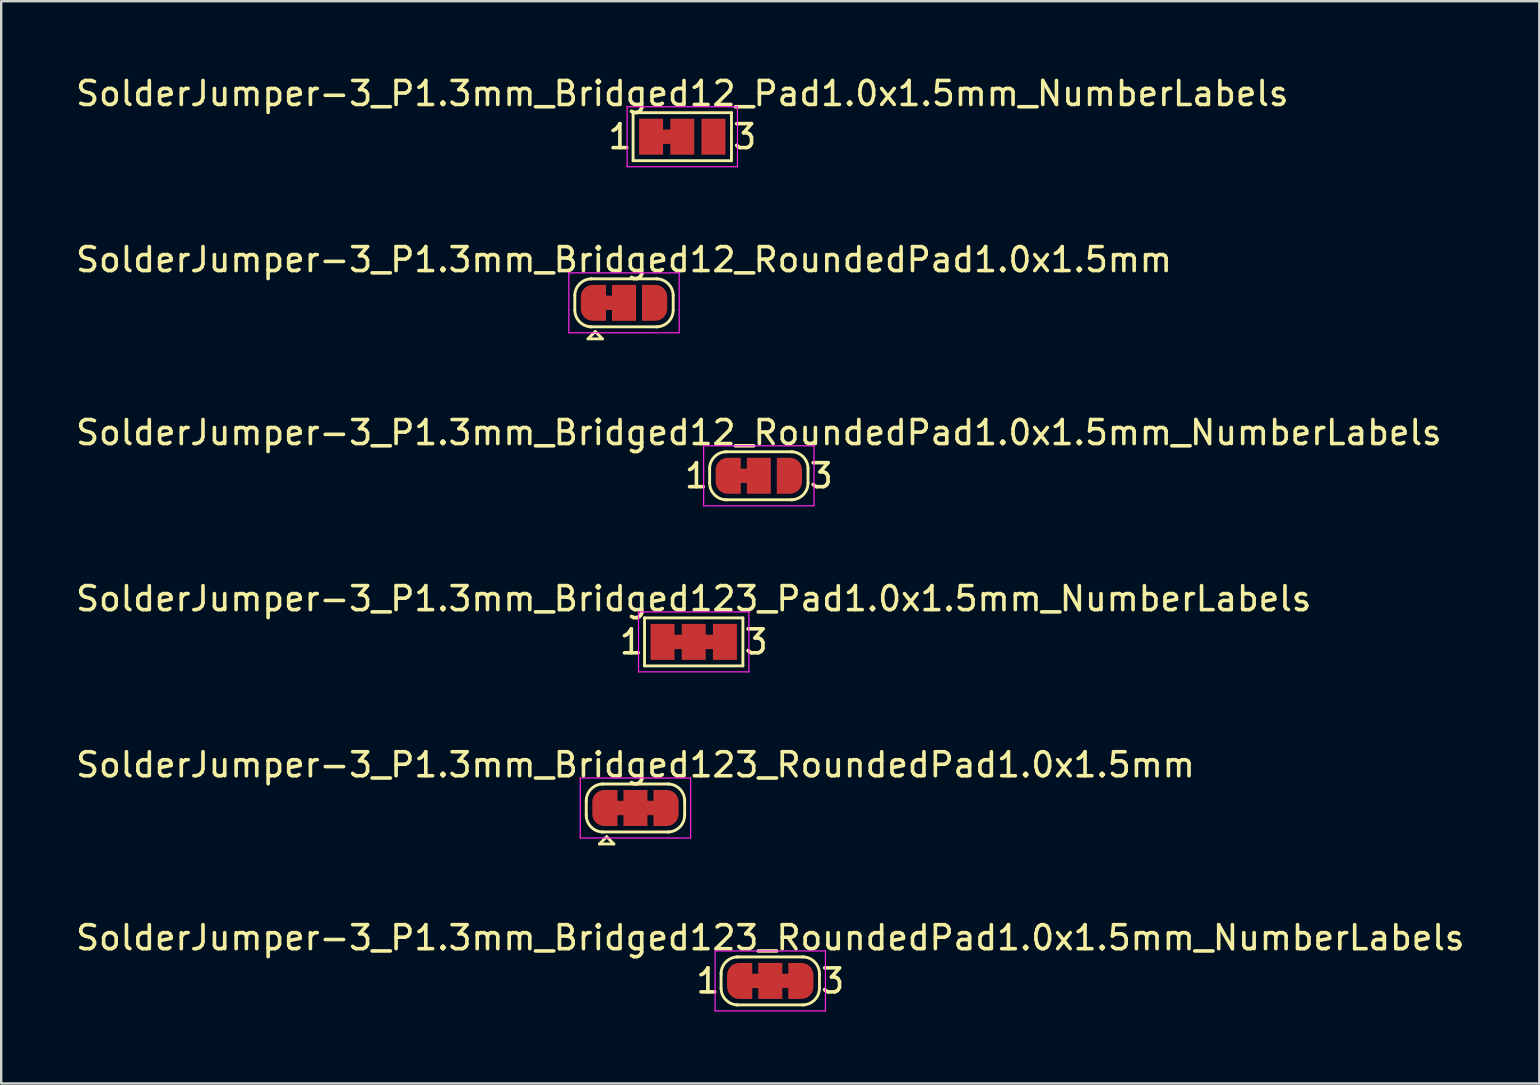
<source format=kicad_pcb>
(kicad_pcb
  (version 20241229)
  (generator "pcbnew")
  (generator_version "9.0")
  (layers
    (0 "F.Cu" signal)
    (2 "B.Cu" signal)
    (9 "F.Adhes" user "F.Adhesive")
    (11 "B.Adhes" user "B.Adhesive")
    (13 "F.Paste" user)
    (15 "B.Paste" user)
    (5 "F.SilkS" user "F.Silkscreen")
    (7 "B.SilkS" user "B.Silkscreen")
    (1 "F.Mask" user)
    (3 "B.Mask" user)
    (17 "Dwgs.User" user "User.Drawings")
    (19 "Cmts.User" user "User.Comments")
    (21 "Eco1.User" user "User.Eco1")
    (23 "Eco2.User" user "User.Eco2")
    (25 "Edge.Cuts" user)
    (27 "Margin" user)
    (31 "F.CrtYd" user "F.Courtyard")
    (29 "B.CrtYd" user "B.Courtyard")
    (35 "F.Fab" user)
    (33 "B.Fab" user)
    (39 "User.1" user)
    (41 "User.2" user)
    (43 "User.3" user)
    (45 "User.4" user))
  (footprint "SolderJumper-3_P1.3mm_Bridged123_RoundedPad1.0x1.5mm"
    (layer "F.Cu")
    (at 23.435 30.626)
    (property "Reference" "SolderJumper-3_P1.3mm_Bridged123_RoundedPad1.0x1.5mm" (at 0 -1.8 0) (layer "F.SilkS") (effects (font (size 1 1) (thickness 0.15))))
    (attr exclude_from_pos_files exclude_from_bom allow_soldermask_bridges)
    (fp_poly (pts (xy -0.9 -0.3) (xy -0.4 -0.3) (xy -0.4 0.3) (xy -0.9 0.3)) (stroke (width 0) (type solid)) (fill yes) (layer "F.Cu"))
    (fp_poly (pts (xy 0.4 -0.3) (xy 0.9 -0.3) (xy 0.9 0.3) (xy 0.4 0.3)) (stroke (width 0) (type solid)) (fill yes) (layer "F.Cu"))
    (fp_rect (start -0.75 -0.75) (end 0.75 0.75) (stroke (width 0) (type default)) (fill yes) (layer "F.Mask"))
    (fp_line (start -2.05 0.3) (end -2.05 -0.3) (stroke (width 0.12) (type solid)) (layer "F.SilkS"))
    (fp_line (start -1.5 1.5) (end -0.9 1.5) (stroke (width 0.12) (type solid)) (layer "F.SilkS"))
    (fp_line (start -1.4 -1) (end 1.4 -1) (stroke (width 0.12) (type solid)) (layer "F.SilkS"))
    (fp_line (start -1.2 1.2) (end -1.5 1.5) (stroke (width 0.12) (type solid)) (layer "F.SilkS"))
    (fp_line (start -1.2 1.2) (end -0.9 1.5) (stroke (width 0.12) (type solid)) (layer "F.SilkS"))
    (fp_line (start 1.4 1) (end -1.4 1) (stroke (width 0.12) (type solid)) (layer "F.SilkS"))
    (fp_line (start 2.05 -0.3) (end 2.05 0.3) (stroke (width 0.12) (type solid)) (layer "F.SilkS"))
    (fp_arc (start -2.05 -0.3) (mid -1.844975 -0.794975) (end -1.35 -1) (stroke (width 0.12) (type solid)) (layer "F.SilkS"))
    (fp_arc (start -1.35 1) (mid -1.844975 0.794975) (end -2.05 0.3) (stroke (width 0.12) (type solid)) (layer "F.SilkS"))
    (fp_arc (start 1.35 -1) (mid 1.844975 -0.794975) (end 2.05 -0.3) (stroke (width 0.12) (type solid)) (layer "F.SilkS"))
    (fp_arc (start 2.05 0.3) (mid 1.844975 0.794975) (end 1.35 1) (stroke (width 0.12) (type solid)) (layer "F.SilkS"))
    (fp_line (start -2.3 -1.25) (end -2.3 1.25) (stroke (width 0.05) (type solid)) (layer "F.CrtYd"))
    (fp_line (start -2.3 -1.25) (end 2.3 -1.25) (stroke (width 0.05) (type solid)) (layer "F.CrtYd"))
    (fp_line (start 2.3 1.25) (end -2.3 1.25) (stroke (width 0.05) (type solid)) (layer "F.CrtYd"))
    (fp_line (start 2.3 1.25) (end 2.3 -1.25) (stroke (width 0.05) (type solid)) (layer "F.CrtYd"))
    (pad "1" smd custom (at -1.3 0) (size 1 0.5) (layers "F.Cu" "F.Mask") (options (anchor rect)) (primitives (gr_circle (center 0 0.25) (end 0.5 0.25) (width 0) (fill yes)) (gr_circle (center 0 -0.25) (end 0.5 -0.25) (width 0) (fill yes)) (gr_poly (pts (xy 0.55 0.75) (xy 0 0.75) (xy 0 -0.75) (xy 0.55 -0.75)) (width 0) (fill yes))))
    (pad "2" smd rect (at 0 0) (size 1 1.5) (layers "F.Cu" "F.Mask"))
    (pad "3" smd custom (at 1.3 0) (size 1 0.5) (layers "F.Cu" "F.Mask") (options (anchor rect)) (primitives (gr_circle (center 0 0.25) (end 0.5 0.25) (width 0) (fill yes)) (gr_circle (center 0 -0.25) (end 0.5 -0.25) (width 0) (fill yes)) (gr_poly (pts (xy 0 0.75) (xy -0.55 0.75) (xy -0.55 -0.75) (xy 0 -0.75)) (width 0) (fill yes)))))
  (footprint "SolderJumper-3_P1.3mm_Bridged123_Pad1.0x1.5mm_NumberLabels"
    (layer "F.Cu")
    (at 25.863 23.703)
    (property "Reference" "SolderJumper-3_P1.3mm_Bridged123_Pad1.0x1.5mm_NumberLabels" (at 0 -1.8 0) (layer "F.SilkS") (effects (font (size 1 1) (thickness 0.15))))
    (attr exclude_from_pos_files exclude_from_bom allow_soldermask_bridges)
    (fp_poly (pts (xy -0.9 -0.3) (xy -0.4 -0.3) (xy -0.4 0.3) (xy -0.9 0.3)) (stroke (width 0) (type solid)) (fill yes) (layer "F.Cu"))
    (fp_poly (pts (xy 0.4 -0.3) (xy 0.9 -0.3) (xy 0.9 0.3) (xy 0.4 0.3)) (stroke (width 0) (type solid)) (fill yes) (layer "F.Cu"))
    (fp_rect (start -0.8 -0.75) (end 0.8 0.75) (stroke (width 0) (type default)) (fill yes) (layer "F.Mask"))
    (fp_line (start -2.05 -1) (end 2.05 -1) (stroke (width 0.12) (type solid)) (layer "F.SilkS"))
    (fp_line (start -2.05 1) (end -2.05 -1) (stroke (width 0.12) (type solid)) (layer "F.SilkS"))
    (fp_line (start 2.05 -1) (end 2.05 1) (stroke (width 0.12) (type solid)) (layer "F.SilkS"))
    (fp_line (start 2.05 1) (end -2.05 1) (stroke (width 0.12) (type solid)) (layer "F.SilkS"))
    (fp_line (start -2.3 -1.25) (end -2.3 1.25) (stroke (width 0.05) (type solid)) (layer "F.CrtYd"))
    (fp_line (start -2.3 -1.25) (end 2.3 -1.25) (stroke (width 0.05) (type solid)) (layer "F.CrtYd"))
    (fp_line (start 2.3 1.25) (end -2.3 1.25) (stroke (width 0.05) (type solid)) (layer "F.CrtYd"))
    (fp_line (start 2.3 1.25) (end 2.3 -1.25) (stroke (width 0.05) (type solid)) (layer "F.CrtYd"))
    (fp_text user "3" (at 2.6 0 0) (layer "F.SilkS") (effects (font (size 1 1) (thickness 0.15))))
    (fp_text user "1" (at -2.6 0 0) (layer "F.SilkS") (effects (font (size 1 1) (thickness 0.15))))
    (pad "1" smd rect (at -1.3 0) (size 1 1.5) (layers "F.Cu" "F.Mask"))
    (pad "2" smd rect (at 0 0) (size 1 1.5) (layers "F.Cu" "F.Mask"))
    (pad "3" smd rect (at 1.3 0) (size 1 1.5) (layers "F.Cu" "F.Mask")))
  (footprint "SolderJumper-3_P1.3mm_Bridged12_RoundedPad1.0x1.5mm"
    (layer "F.Cu")
    (at 22.958 9.572)
    (property "Reference" "SolderJumper-3_P1.3mm_Bridged12_RoundedPad1.0x1.5mm" (at 0 -1.8 0) (layer "F.SilkS") (effects (font (size 1 1) (thickness 0.15))))
    (attr exclude_from_pos_files exclude_from_bom allow_soldermask_bridges)
    (fp_poly (pts (xy -0.9 -0.3) (xy -0.4 -0.3) (xy -0.4 0.3) (xy -0.9 0.3)) (stroke (width 0) (type solid)) (fill yes) (layer "F.Cu"))
    (fp_rect (start -0.75 -0.75) (end 0.75 0.75) (stroke (width 0) (type default)) (fill yes) (layer "F.Mask"))
    (fp_line (start -2.05 0.3) (end -2.05 -0.3) (stroke (width 0.12) (type solid)) (layer "F.SilkS"))
    (fp_line (start -1.5 1.5) (end -0.9 1.5) (stroke (width 0.12) (type solid)) (layer "F.SilkS"))
    (fp_line (start -1.4 -1) (end 1.4 -1) (stroke (width 0.12) (type solid)) (layer "F.SilkS"))
    (fp_line (start -1.2 1.2) (end -1.5 1.5) (stroke (width 0.12) (type solid)) (layer "F.SilkS"))
    (fp_line (start -1.2 1.2) (end -0.9 1.5) (stroke (width 0.12) (type solid)) (layer "F.SilkS"))
    (fp_line (start 1.4 1) (end -1.4 1) (stroke (width 0.12) (type solid)) (layer "F.SilkS"))
    (fp_line (start 2.05 -0.3) (end 2.05 0.3) (stroke (width 0.12) (type solid)) (layer "F.SilkS"))
    (fp_arc (start -2.05 -0.3) (mid -1.844975 -0.794975) (end -1.35 -1) (stroke (width 0.12) (type solid)) (layer "F.SilkS"))
    (fp_arc (start -1.35 1) (mid -1.844975 0.794975) (end -2.05 0.3) (stroke (width 0.12) (type solid)) (layer "F.SilkS"))
    (fp_arc (start 1.35 -1) (mid 1.844975 -0.794975) (end 2.05 -0.3) (stroke (width 0.12) (type solid)) (layer "F.SilkS"))
    (fp_arc (start 2.05 0.3) (mid 1.844975 0.794975) (end 1.35 1) (stroke (width 0.12) (type solid)) (layer "F.SilkS"))
    (fp_line (start -2.3 -1.25) (end -2.3 1.25) (stroke (width 0.05) (type solid)) (layer "F.CrtYd"))
    (fp_line (start -2.3 -1.25) (end 2.3 -1.25) (stroke (width 0.05) (type solid)) (layer "F.CrtYd"))
    (fp_line (start 2.3 1.25) (end -2.3 1.25) (stroke (width 0.05) (type solid)) (layer "F.CrtYd"))
    (fp_line (start 2.3 1.25) (end 2.3 -1.25) (stroke (width 0.05) (type solid)) (layer "F.CrtYd"))
    (pad "1" smd custom (at -1.3 0) (size 1 0.5) (layers "F.Cu" "F.Mask") (options (anchor rect)) (primitives (gr_circle (center 0 0.25) (end 0.5 0.25) (width 0) (fill yes)) (gr_circle (center 0 -0.25) (end 0.5 -0.25) (width 0) (fill yes)) (gr_poly (pts (xy 0.55 0.75) (xy 0 0.75) (xy 0 -0.75) (xy 0.55 -0.75)) (width 0) (fill yes))))
    (pad "2" smd rect (at 0 0) (size 1 1.5) (layers "F.Cu" "F.Mask"))
    (pad "3" smd custom (at 1.3 0) (size 1 0.5) (layers "F.Cu" "F.Mask") (options (anchor rect)) (primitives (gr_circle (center 0 0.25) (end 0.5 0.25) (width 0) (fill yes)) (gr_circle (center 0 -0.25) (end 0.5 -0.25) (width 0) (fill yes)) (gr_poly (pts (xy 0 0.75) (xy -0.55 0.75) (xy -0.55 -0.75) (xy 0 -0.75)) (width 0) (fill yes)))))
  (footprint "SolderJumper-3_P1.3mm_Bridged12_RoundedPad1.0x1.5mm_NumberLabels"
    (layer "F.Cu")
    (at 28.577 16.78)
    (property "Reference" "SolderJumper-3_P1.3mm_Bridged12_RoundedPad1.0x1.5mm_NumberLabels" (at 0 -1.8 0) (layer "F.SilkS") (effects (font (size 1 1) (thickness 0.15))))
    (attr exclude_from_pos_files exclude_from_bom allow_soldermask_bridges)
    (fp_poly (pts (xy -0.9 -0.3) (xy -0.4 -0.3) (xy -0.4 0.3) (xy -0.9 0.3)) (stroke (width 0) (type solid)) (fill yes) (layer "F.Cu"))
    (fp_rect (start -0.75 -0.75) (end 0.75 0.75) (stroke (width 0) (type default)) (fill yes) (layer "F.Mask"))
    (fp_line (start -2.05 0.3) (end -2.05 -0.3) (stroke (width 0.12) (type solid)) (layer "F.SilkS"))
    (fp_line (start -1.4 -1) (end 1.4 -1) (stroke (width 0.12) (type solid)) (layer "F.SilkS"))
    (fp_line (start 1.4 1) (end -1.4 1) (stroke (width 0.12) (type solid)) (layer "F.SilkS"))
    (fp_line (start 2.05 -0.3) (end 2.05 0.3) (stroke (width 0.12) (type solid)) (layer "F.SilkS"))
    (fp_arc (start -2.05 -0.3) (mid -1.844975 -0.794975) (end -1.35 -1) (stroke (width 0.12) (type solid)) (layer "F.SilkS"))
    (fp_arc (start -1.35 1) (mid -1.844975 0.794975) (end -2.05 0.3) (stroke (width 0.12) (type solid)) (layer "F.SilkS"))
    (fp_arc (start 1.35 -1) (mid 1.844975 -0.794975) (end 2.05 -0.3) (stroke (width 0.12) (type solid)) (layer "F.SilkS"))
    (fp_arc (start 2.05 0.3) (mid 1.844975 0.794975) (end 1.35 1) (stroke (width 0.12) (type solid)) (layer "F.SilkS"))
    (fp_line (start -2.3 -1.25) (end -2.3 1.25) (stroke (width 0.05) (type solid)) (layer "F.CrtYd"))
    (fp_line (start -2.3 -1.25) (end 2.3 -1.25) (stroke (width 0.05) (type solid)) (layer "F.CrtYd"))
    (fp_line (start 2.3 1.25) (end -2.3 1.25) (stroke (width 0.05) (type solid)) (layer "F.CrtYd"))
    (fp_line (start 2.3 1.25) (end 2.3 -1.25) (stroke (width 0.05) (type solid)) (layer "F.CrtYd"))
    (fp_text user "3" (at 2.6 0 0) (layer "F.SilkS") (effects (font (size 1 1) (thickness 0.15))))
    (fp_text user "1" (at -2.6 0 0) (layer "F.SilkS") (effects (font (size 1 1) (thickness 0.15))))
    (pad "1" smd custom (at -1.3 0) (size 1 0.5) (layers "F.Cu" "F.Mask") (options (anchor rect)) (primitives (gr_poly (pts (xy 0.55 0.75) (xy 0 0.75) (xy 0 -0.75) (xy 0.55 -0.75)) (width 0) (fill yes)) (gr_circle (center 0 0.25) (end 0.5 0.25) (width 0) (fill yes)) (gr_circle (center 0 -0.25) (end 0.5 -0.25) (width 0) (fill yes))))
    (pad "2" smd rect (at 0 0) (size 1 1.5) (layers "F.Cu" "F.Mask"))
    (pad "3" smd custom (at 1.3 0) (size 1 0.5) (layers "F.Cu" "F.Mask") (options (anchor rect)) (primitives (gr_circle (center 0 0.25) (end 0.5 0.25) (width 0) (fill yes)) (gr_circle (center 0 -0.25) (end 0.5 -0.25) (width 0) (fill yes)) (gr_poly (pts (xy 0 0.75) (xy -0.55 0.75) (xy -0.55 -0.75) (xy 0 -0.75)) (width 0) (fill yes)))))
  (footprint "SolderJumper-3_P1.3mm_Bridged123_RoundedPad1.0x1.5mm_NumberLabels"
    (layer "F.Cu")
    (at 29.054 37.834)
    (property "Reference" "SolderJumper-3_P1.3mm_Bridged123_RoundedPad1.0x1.5mm_NumberLabels" (at 0 -1.8 0) (layer "F.SilkS") (effects (font (size 1 1) (thickness 0.15))))
    (attr exclude_from_pos_files exclude_from_bom allow_soldermask_bridges)
    (fp_poly (pts (xy -0.9 -0.3) (xy -0.4 -0.3) (xy -0.4 0.3) (xy -0.9 0.3)) (stroke (width 0) (type solid)) (fill yes) (layer "F.Cu"))
    (fp_poly (pts (xy 0.4 -0.3) (xy 0.9 -0.3) (xy 0.9 0.3) (xy 0.4 0.3)) (stroke (width 0) (type solid)) (fill yes) (layer "F.Cu"))
    (fp_rect (start -0.75 -0.75) (end 0.75 0.75) (stroke (width 0) (type default)) (fill yes) (layer "F.Mask"))
    (fp_line (start -2.05 0.3) (end -2.05 -0.3) (stroke (width 0.12) (type solid)) (layer "F.SilkS"))
    (fp_line (start -1.4 -1) (end 1.4 -1) (stroke (width 0.12) (type solid)) (layer "F.SilkS"))
    (fp_line (start 1.4 1) (end -1.4 1) (stroke (width 0.12) (type solid)) (layer "F.SilkS"))
    (fp_line (start 2.05 -0.3) (end 2.05 0.3) (stroke (width 0.12) (type solid)) (layer "F.SilkS"))
    (fp_arc (start -2.05 -0.3) (mid -1.844975 -0.794975) (end -1.35 -1) (stroke (width 0.12) (type solid)) (layer "F.SilkS"))
    (fp_arc (start -1.35 1) (mid -1.844975 0.794975) (end -2.05 0.3) (stroke (width 0.12) (type solid)) (layer "F.SilkS"))
    (fp_arc (start 1.35 -1) (mid 1.844975 -0.794975) (end 2.05 -0.3) (stroke (width 0.12) (type solid)) (layer "F.SilkS"))
    (fp_arc (start 2.05 0.3) (mid 1.844975 0.794975) (end 1.35 1) (stroke (width 0.12) (type solid)) (layer "F.SilkS"))
    (fp_line (start -2.3 -1.25) (end -2.3 1.25) (stroke (width 0.05) (type solid)) (layer "F.CrtYd"))
    (fp_line (start -2.3 -1.25) (end 2.3 -1.25) (stroke (width 0.05) (type solid)) (layer "F.CrtYd"))
    (fp_line (start 2.3 1.25) (end -2.3 1.25) (stroke (width 0.05) (type solid)) (layer "F.CrtYd"))
    (fp_line (start 2.3 1.25) (end 2.3 -1.25) (stroke (width 0.05) (type solid)) (layer "F.CrtYd"))
    (fp_text user "1" (at -2.6 0 0) (layer "F.SilkS") (effects (font (size 1 1) (thickness 0.15))))
    (fp_text user "3" (at 2.6 0 0) (layer "F.SilkS") (effects (font (size 1 1) (thickness 0.15))))
    (pad "1" smd custom (at -1.3 0) (size 1 0.5) (layers "F.Cu" "F.Mask") (options (anchor rect)) (primitives (gr_poly (pts (xy 0.55 0.75) (xy 0 0.75) (xy 0 -0.75) (xy 0.55 -0.75)) (width 0) (fill yes)) (gr_circle (center 0 0.25) (end 0.5 0.25) (width 0) (fill yes)) (gr_circle (center 0 -0.25) (end 0.5 -0.25) (width 0) (fill yes))))
    (pad "2" smd rect (at 0 0) (size 1 1.5) (layers "F.Cu" "F.Mask"))
    (pad "3" smd custom (at 1.3 0) (size 1 0.5) (layers "F.Cu" "F.Mask") (options (anchor rect)) (primitives (gr_circle (center 0 0.25) (end 0.5 0.25) (width 0) (fill yes)) (gr_circle (center 0 -0.25) (end 0.5 -0.25) (width 0) (fill yes)) (gr_poly (pts (xy 0 0.75) (xy -0.55 0.75) (xy -0.55 -0.75) (xy 0 -0.75)) (width 0) (fill yes)))))
  (footprint "SolderJumper-3_P1.3mm_Bridged12_Pad1.0x1.5mm_NumberLabels"
    (layer "F.Cu")
    (at 25.387 2.648)
    (property "Reference" "SolderJumper-3_P1.3mm_Bridged12_Pad1.0x1.5mm_NumberLabels" (at 0 -1.8 0) (layer "F.SilkS") (effects (font (size 1 1) (thickness 0.15))))
    (attr exclude_from_pos_files exclude_from_bom allow_soldermask_bridges)
    (fp_poly (pts (xy -0.9 -0.3) (xy -0.4 -0.3) (xy -0.4 0.3) (xy -0.9 0.3)) (stroke (width 0) (type solid)) (fill yes) (layer "F.Cu"))
    (fp_rect (start -0.8 -0.75) (end 0.8 0.75) (stroke (width 0) (type default)) (fill yes) (layer "F.Mask"))
    (fp_line (start -2.05 -1) (end 2.05 -1) (stroke (width 0.12) (type solid)) (layer "F.SilkS"))
    (fp_line (start -2.05 1) (end -2.05 -1) (stroke (width 0.12) (type solid)) (layer "F.SilkS"))
    (fp_line (start 2.05 -1) (end 2.05 1) (stroke (width 0.12) (type solid)) (layer "F.SilkS"))
    (fp_line (start 2.05 1) (end -2.05 1) (stroke (width 0.12) (type solid)) (layer "F.SilkS"))
    (fp_line (start -2.3 -1.25) (end -2.3 1.25) (stroke (width 0.05) (type solid)) (layer "F.CrtYd"))
    (fp_line (start -2.3 -1.25) (end 2.3 -1.25) (stroke (width 0.05) (type solid)) (layer "F.CrtYd"))
    (fp_line (start 2.3 1.25) (end -2.3 1.25) (stroke (width 0.05) (type solid)) (layer "F.CrtYd"))
    (fp_line (start 2.3 1.25) (end 2.3 -1.25) (stroke (width 0.05) (type solid)) (layer "F.CrtYd"))
    (fp_text user "3" (at 2.6 0 0) (layer "F.SilkS") (effects (font (size 1 1) (thickness 0.15))))
    (fp_text user "1" (at -2.6 0 0) (layer "F.SilkS") (effects (font (size 1 1) (thickness 0.15))))
    (pad "1" smd rect (at -1.3 0) (size 1 1.5) (layers "F.Cu" "F.Mask"))
    (pad "2" smd rect (at 0 0) (size 1 1.5) (layers "F.Cu" "F.Mask"))
    (pad "3" smd rect (at 1.3 0) (size 1 1.5) (layers "F.Cu" "F.Mask")))
  (gr_rect
    (start -3 -3)
    (end 61.107 42.109)
    (stroke (width 0.1) (type default))
    (fill no)
    (layer "Edge.Cuts")))
</source>
